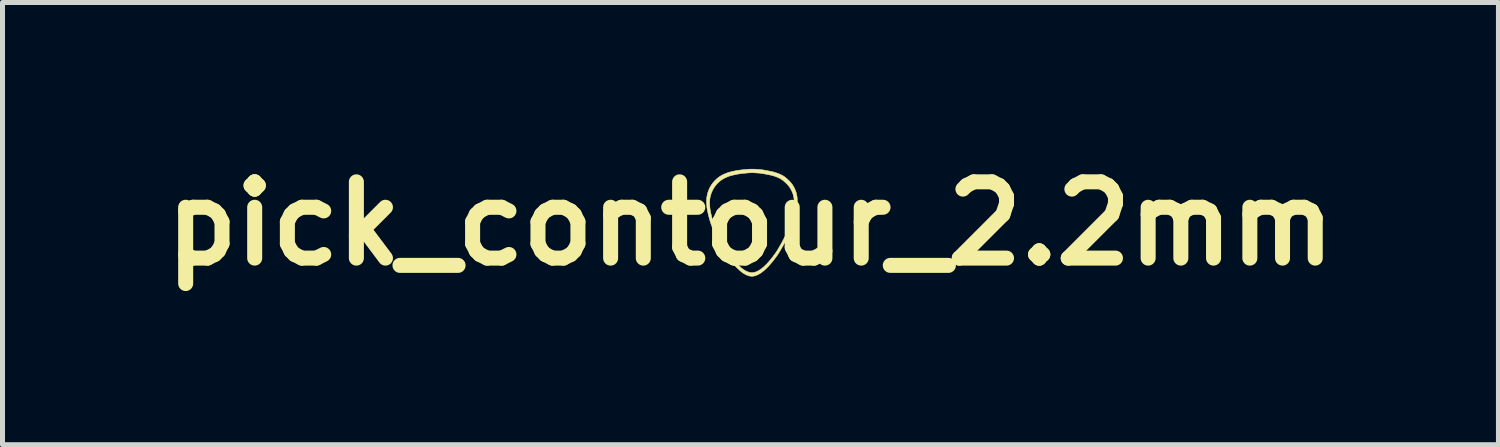
<source format=kicad_pcb>
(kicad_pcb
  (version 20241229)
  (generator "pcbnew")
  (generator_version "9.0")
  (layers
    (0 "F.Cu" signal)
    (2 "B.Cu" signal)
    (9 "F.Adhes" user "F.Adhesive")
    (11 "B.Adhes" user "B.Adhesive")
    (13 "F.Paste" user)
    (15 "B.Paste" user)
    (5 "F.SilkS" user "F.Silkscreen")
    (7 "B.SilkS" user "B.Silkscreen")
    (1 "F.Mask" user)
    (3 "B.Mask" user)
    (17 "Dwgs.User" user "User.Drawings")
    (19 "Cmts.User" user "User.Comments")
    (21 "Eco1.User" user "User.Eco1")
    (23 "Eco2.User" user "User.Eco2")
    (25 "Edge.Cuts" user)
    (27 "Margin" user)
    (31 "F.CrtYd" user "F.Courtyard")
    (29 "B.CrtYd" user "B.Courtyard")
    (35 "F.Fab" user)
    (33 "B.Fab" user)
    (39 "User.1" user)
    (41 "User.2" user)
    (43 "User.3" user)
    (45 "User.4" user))
  (footprint "pick_contour_2.2mm"
    (layer "F.Cu")
    (at 11.945 1.418)
    (property "Reference" "pick_contour_2.2mm" (at 0 0 0) (layer "F.SilkS") (effects (font (size 1.524 1.524) (thickness 0.3))))
    (attr through_hole)
    (fp_poly (pts (xy 0.097 -1.087) (xy 0.109 -1.086) (xy 0.121 -1.085) (xy 0.132 -1.085) (xy 0.143 -1.084) (xy 0.152 -1.083) (xy 0.162 -1.082) (xy 0.17 -1.082) (xy 0.179 -1.081) (xy 0.186 -1.08) (xy 0.193 -1.08) (xy 0.2 -1.079) (xy 0.206 -1.079) (xy 0.212 -1.078) (xy 0.218 -1.077) (xy 0.223 -1.077) (xy 0.227 -1.076) (xy 0.232 -1.076) (xy 0.233 -1.076) (xy 0.236 -1.075) (xy 0.24 -1.074) (xy 0.245 -1.074) (xy 0.251 -1.073) (xy 0.257 -1.072) (xy 0.263 -1.07) (xy 0.27 -1.069) (xy 0.278 -1.068) (xy 0.286 -1.067) (xy 0.294 -1.065) (xy 0.302 -1.063) (xy 0.311 -1.062) (xy 0.32 -1.06) (xy 0.323 -1.06) (xy 0.33 -1.058) (xy 0.338 -1.057) (xy 0.346 -1.055) (xy 0.354 -1.054) (xy 0.361 -1.052) (xy 0.369 -1.051) (xy 0.376 -1.049) (xy 0.383 -1.048) (xy 0.39 -1.047) (xy 0.397 -1.045) (xy 0.403 -1.044) (xy 0.408 -1.043) (xy 0.414 -1.042) (xy 0.418 -1.041) (xy 0.422 -1.04) (xy 0.426 -1.039) (xy 0.427 -1.039) (xy 0.451 -1.034) (xy 0.474 -1.027) (xy 0.498 -1.021) (xy 0.52 -1.013) (xy 0.543 -1.005) (xy 0.565 -0.997) (xy 0.583 -0.989) (xy 0.599 -0.982) (xy 0.613 -0.975) (xy 0.628 -0.968) (xy 0.641 -0.96) (xy 0.655 -0.953) (xy 0.664 -0.947) (xy 0.67 -0.943) (xy 0.676 -0.939) (xy 0.681 -0.935) (xy 0.687 -0.931) (xy 0.692 -0.927) (xy 0.698 -0.923) (xy 0.703 -0.918) (xy 0.709 -0.913) (xy 0.715 -0.908) (xy 0.722 -0.902) (xy 0.725 -0.899) (xy 0.728 -0.897) (xy 0.731 -0.894) (xy 0.734 -0.891) (xy 0.738 -0.888) (xy 0.741 -0.885) (xy 0.744 -0.882) (xy 0.745 -0.881) (xy 0.749 -0.878) (xy 0.753 -0.874) (xy 0.756 -0.872) (xy 0.759 -0.869) (xy 0.761 -0.867) (xy 0.764 -0.864) (xy 0.766 -0.862) (xy 0.769 -0.859) (xy 0.772 -0.856) (xy 0.773 -0.855) (xy 0.786 -0.842) (xy 0.799 -0.827) (xy 0.812 -0.813) (xy 0.824 -0.798) (xy 0.835 -0.782) (xy 0.846 -0.766) (xy 0.856 -0.749) (xy 0.866 -0.732) (xy 0.875 -0.714) (xy 0.877 -0.711) (xy 0.885 -0.693) (xy 0.893 -0.676) (xy 0.9 -0.658) (xy 0.907 -0.64) (xy 0.912 -0.622) (xy 0.918 -0.603) (xy 0.922 -0.585) (xy 0.926 -0.566) (xy 0.929 -0.552) (xy 0.93 -0.539) (xy 0.932 -0.526) (xy 0.934 -0.512) (xy 0.935 -0.498) (xy 0.936 -0.483) (xy 0.936 -0.469) (xy 0.936 -0.455) (xy 0.936 -0.441) (xy 0.936 -0.439) (xy 0.936 -0.437) (xy 0.936 -0.435) (xy 0.936 -0.433) (xy 0.936 -0.431) (xy 0.936 -0.43) (xy 0.936 -0.428) (xy 0.936 -0.426) (xy 0.936 -0.424) (xy 0.936 -0.421) (xy 0.936 -0.419) (xy 0.935 -0.416) (xy 0.935 -0.413) (xy 0.935 -0.41) (xy 0.935 -0.407) (xy 0.934 -0.403) (xy 0.934 -0.398) (xy 0.934 -0.393) (xy 0.933 -0.388) (xy 0.933 -0.382) (xy 0.932 -0.376) (xy 0.932 -0.368) (xy 0.931 -0.361) (xy 0.931 -0.352) (xy 0.931 -0.352) (xy 0.93 -0.342) (xy 0.929 -0.332) (xy 0.928 -0.323) (xy 0.927 -0.315) (xy 0.926 -0.307) (xy 0.926 -0.299) (xy 0.925 -0.291) (xy 0.924 -0.284) (xy 0.923 -0.277) (xy 0.922 -0.27) (xy 0.92 -0.262) (xy 0.919 -0.255) (xy 0.918 -0.248) (xy 0.916 -0.24) (xy 0.915 -0.232) (xy 0.912 -0.22) (xy 0.91 -0.209) (xy 0.907 -0.197) (xy 0.904 -0.185) (xy 0.901 -0.172) (xy 0.898 -0.159) (xy 0.895 -0.146) (xy 0.891 -0.133) (xy 0.887 -0.119) (xy 0.883 -0.104) (xy 0.879 -0.089) (xy 0.875 -0.074) (xy 0.873 -0.068) (xy 0.868 -0.051) (xy 0.863 -0.035) (xy 0.857 -0.018) (xy 0.852 -0.001) (xy 0.846 0.015) (xy 0.84 0.032) (xy 0.834 0.049) (xy 0.827 0.067) (xy 0.821 0.084) (xy 0.814 0.102) (xy 0.807 0.12) (xy 0.799 0.138) (xy 0.791 0.157) (xy 0.783 0.176) (xy 0.774 0.196) (xy 0.765 0.216) (xy 0.756 0.236) (xy 0.752 0.244) (xy 0.746 0.258) (xy 0.74 0.271) (xy 0.734 0.284) (xy 0.728 0.297) (xy 0.721 0.31) (xy 0.715 0.322) (xy 0.708 0.335) (xy 0.702 0.348) (xy 0.695 0.362) (xy 0.688 0.375) (xy 0.68 0.389) (xy 0.673 0.403) (xy 0.665 0.417) (xy 0.656 0.432) (xy 0.648 0.448) (xy 0.641 0.46) (xy 0.638 0.465) (xy 0.635 0.47) (xy 0.632 0.475) (xy 0.629 0.481) (xy 0.625 0.487) (xy 0.622 0.493) (xy 0.618 0.499) (xy 0.614 0.505) (xy 0.611 0.511) (xy 0.608 0.517) (xy 0.604 0.523) (xy 0.601 0.529) (xy 0.598 0.534) (xy 0.595 0.539) (xy 0.592 0.543) (xy 0.59 0.547) (xy 0.588 0.551) (xy 0.587 0.553) (xy 0.574 0.573) (xy 0.561 0.593) (xy 0.548 0.614) (xy 0.534 0.634) (xy 0.52 0.655) (xy 0.505 0.675) (xy 0.489 0.696) (xy 0.473 0.717) (xy 0.456 0.739) (xy 0.439 0.76) (xy 0.421 0.782) (xy 0.407 0.798) (xy 0.393 0.814) (xy 0.38 0.83) (xy 0.367 0.845) (xy 0.353 0.859) (xy 0.34 0.872) (xy 0.328 0.885) (xy 0.315 0.898) (xy 0.302 0.91) (xy 0.29 0.921) (xy 0.276 0.933) (xy 0.263 0.944) (xy 0.249 0.955) (xy 0.236 0.966) (xy 0.223 0.976) (xy 0.209 0.985) (xy 0.196 0.994) (xy 0.183 1.002) (xy 0.17 1.009) (xy 0.158 1.016) (xy 0.145 1.022) (xy 0.133 1.028) (xy 0.121 1.033) (xy 0.109 1.038) (xy 0.099 1.041) (xy 0.092 1.043) (xy 0.086 1.044) (xy 0.079 1.046) (xy 0.073 1.047) (xy 0.065 1.049) (xy 0.058 1.05) (xy 0.052 1.051) (xy 0.05 1.051) (xy 0.047 1.051) (xy 0.044 1.052) (xy 0.04 1.052) (xy 0.037 1.052) (xy 0.033 1.052) (xy 0.03 1.052) (xy 0.028 1.052) (xy 0.026 1.052) (xy 0.02 1.052) (xy 0.015 1.051) (xy 0.011 1.051) (xy 0.006 1.051) (xy 0.003 1.05) (xy -0.001 1.05) (xy -0.004 1.049) (xy -0.007 1.049) (xy -0.01 1.048) (xy -0.014 1.048) (xy -0.017 1.047) (xy -0.018 1.047) (xy -0.027 1.045) (xy -0.036 1.042) (xy -0.046 1.039) (xy -0.056 1.035) (xy -0.066 1.031) (xy -0.077 1.027) (xy -0.088 1.022) (xy -0.099 1.016) (xy -0.116 1.007) (xy -0.132 0.998) (xy -0.147 0.988) (xy -0.163 0.977) (xy -0.178 0.966) (xy -0.192 0.955) (xy -0.197 0.95) (xy -0.202 0.946) (xy -0.207 0.942) (xy -0.213 0.937) (xy -0.218 0.932) (xy -0.224 0.926) (xy -0.231 0.92) (xy -0.237 0.914) (xy -0.243 0.908) (xy -0.25 0.902) (xy -0.256 0.896) (xy -0.263 0.89) (xy -0.269 0.884) (xy -0.275 0.878) (xy -0.281 0.872) (xy -0.287 0.866) (xy -0.292 0.861) (xy -0.297 0.856) (xy -0.302 0.851) (xy -0.306 0.847) (xy -0.311 0.841) (xy -0.317 0.835) (xy -0.323 0.828) (xy -0.33 0.82) (xy -0.337 0.812) (xy -0.344 0.804) (xy -0.351 0.795) (xy -0.358 0.786) (xy -0.366 0.777) (xy -0.373 0.767) (xy -0.381 0.758) (xy -0.389 0.748) (xy -0.396 0.738) (xy -0.403 0.729) (xy -0.411 0.719) (xy -0.418 0.709) (xy -0.424 0.701) (xy -0.428 0.696) (xy -0.431 0.691) (xy -0.434 0.687) (xy -0.437 0.683) (xy -0.44 0.678) (xy -0.443 0.674) (xy -0.446 0.67) (xy -0.449 0.665) (xy -0.453 0.66) (xy -0.456 0.656) (xy -0.46 0.65) (xy -0.463 0.645) (xy -0.467 0.639) (xy -0.472 0.632) (xy -0.476 0.626) (xy -0.481 0.618) (xy -0.483 0.615) (xy -0.491 0.603) (xy -0.499 0.591) (xy -0.507 0.58) (xy -0.514 0.569) (xy -0.521 0.558) (xy -0.528 0.548) (xy -0.534 0.538) (xy -0.54 0.529) (xy -0.546 0.52) (xy -0.551 0.511) (xy -0.557 0.502) (xy -0.562 0.493) (xy -0.567 0.485) (xy -0.572 0.477) (xy -0.577 0.468) (xy -0.581 0.46) (xy -0.586 0.452) (xy -0.591 0.443) (xy -0.595 0.435) (xy -0.6 0.426) (xy -0.605 0.418) (xy -0.609 0.408) (xy -0.614 0.399) (xy -0.619 0.39) (xy -0.624 0.38) (xy -0.63 0.369) (xy -0.635 0.359) (xy -0.637 0.354) (xy -0.642 0.345) (xy -0.647 0.335) (xy -0.652 0.324) (xy -0.657 0.314) (xy -0.662 0.303) (xy -0.667 0.292) (xy -0.673 0.282) (xy -0.678 0.271) (xy -0.683 0.26) (xy -0.688 0.249) (xy -0.693 0.239) (xy -0.698 0.228) (xy -0.702 0.218) (xy -0.707 0.209) (xy -0.711 0.199) (xy -0.715 0.19) (xy -0.719 0.182) (xy -0.722 0.174) (xy -0.723 0.173) (xy -0.736 0.142) (xy -0.749 0.112) (xy -0.761 0.081) (xy -0.772 0.051) (xy -0.783 0.021) (xy -0.793 -0.009) (xy -0.803 -0.039) (xy -0.812 -0.069) (xy -0.821 -0.1) (xy -0.829 -0.13) (xy -0.837 -0.161) (xy -0.844 -0.192) (xy -0.851 -0.223) (xy -0.856 -0.247) (xy -0.858 -0.257) (xy -0.86 -0.266) (xy -0.862 -0.275) (xy -0.863 -0.283) (xy -0.864 -0.291) (xy -0.866 -0.298) (xy -0.867 -0.305) (xy -0.868 -0.311) (xy -0.869 -0.317) (xy -0.869 -0.322) (xy -0.87 -0.328) (xy -0.871 -0.333) (xy -0.871 -0.338) (xy -0.871 -0.343) (xy -0.872 -0.347) (xy -0.872 -0.352) (xy -0.872 -0.353) (xy -0.873 -0.363) (xy -0.873 -0.372) (xy -0.874 -0.38) (xy -0.874 -0.388) (xy -0.875 -0.395) (xy -0.875 -0.401) (xy -0.876 -0.406) (xy -0.876 -0.41) (xy -0.878 -0.418) (xy -0.878 -0.448) (xy -0.878 -0.449) (xy -0.816 -0.449) (xy -0.816 -0.389) (xy -0.815 -0.381) (xy -0.815 -0.377) (xy -0.814 -0.373) (xy -0.814 -0.368) (xy -0.813 -0.362) (xy -0.813 -0.356) (xy -0.812 -0.349) (xy -0.812 -0.341) (xy -0.811 -0.333) (xy -0.811 -0.33) (xy -0.811 -0.326) (xy -0.811 -0.322) (xy -0.81 -0.317) (xy -0.81 -0.313) (xy -0.81 -0.309) (xy -0.809 -0.305) (xy -0.809 -0.3) (xy -0.808 -0.296) (xy -0.807 -0.291) (xy -0.806 -0.285) (xy -0.805 -0.28) (xy -0.804 -0.274) (xy -0.803 -0.267) (xy -0.802 -0.26) (xy -0.8 -0.252) (xy -0.8 -0.251) (xy -0.794 -0.221) (xy -0.788 -0.191) (xy -0.781 -0.162) (xy -0.774 -0.133) (xy -0.766 -0.104) (xy -0.758 -0.076) (xy -0.75 -0.047) (xy -0.741 -0.019) (xy -0.731 0.009) (xy -0.721 0.038) (xy -0.711 0.066) (xy -0.7 0.095) (xy -0.688 0.123) (xy -0.676 0.152) (xy -0.674 0.155) (xy -0.671 0.163) (xy -0.667 0.171) (xy -0.663 0.18) (xy -0.659 0.189) (xy -0.655 0.199) (xy -0.65 0.209) (xy -0.645 0.22) (xy -0.644 0.222) (xy -0.642 0.226) (xy -0.641 0.229) (xy -0.639 0.232) (xy -0.637 0.235) (xy -0.636 0.238) (xy -0.635 0.241) (xy -0.634 0.243) (xy -0.634 0.243) (xy -0.63 0.252) (xy -0.626 0.26) (xy -0.621 0.269) (xy -0.617 0.279) (xy -0.612 0.288) (xy -0.608 0.297) (xy -0.603 0.307) (xy -0.599 0.316) (xy -0.594 0.326) (xy -0.59 0.334) (xy -0.585 0.343) (xy -0.581 0.351) (xy -0.578 0.358) (xy -0.573 0.367) (xy -0.568 0.376) (xy -0.564 0.384) (xy -0.56 0.392) (xy -0.555 0.4) (xy -0.551 0.408) (xy -0.547 0.416) (xy -0.543 0.423) (xy -0.539 0.43) (xy -0.534 0.438) (xy -0.53 0.445) (xy -0.526 0.453) (xy -0.521 0.46) (xy -0.516 0.468) (xy -0.512 0.476) (xy -0.507 0.484) (xy -0.501 0.492) (xy -0.496 0.501) (xy -0.49 0.51) (xy -0.484 0.519) (xy -0.478 0.529) (xy -0.471 0.539) (xy -0.464 0.549) (xy -0.457 0.561) (xy -0.45 0.571) (xy -0.445 0.578) (xy -0.44 0.586) (xy -0.435 0.593) (xy -0.431 0.599) (xy -0.427 0.605) (xy -0.423 0.611) (xy -0.419 0.616) (xy -0.416 0.621) (xy -0.412 0.626) (xy -0.409 0.631) (xy -0.406 0.635) (xy -0.403 0.64) (xy -0.399 0.644) (xy -0.396 0.649) (xy -0.393 0.654) (xy -0.389 0.659) (xy -0.386 0.662) (xy -0.379 0.672) (xy -0.372 0.681) (xy -0.365 0.691) (xy -0.357 0.701) (xy -0.349 0.71) (xy -0.342 0.72) (xy -0.334 0.729) (xy -0.326 0.739) (xy -0.319 0.748) (xy -0.312 0.756) (xy -0.305 0.765) (xy -0.298 0.772) (xy -0.296 0.775) (xy -0.292 0.779) (xy -0.288 0.783) (xy -0.284 0.788) (xy -0.279 0.793) (xy -0.273 0.798) (xy -0.268 0.804) (xy -0.262 0.81) (xy -0.256 0.816) (xy -0.25 0.822) (xy -0.243 0.828) (xy -0.237 0.835) (xy -0.23 0.841) (xy -0.224 0.847) (xy -0.217 0.853) (xy -0.211 0.859) (xy -0.205 0.864) (xy -0.199 0.87) (xy -0.193 0.875) (xy -0.188 0.88) (xy -0.183 0.884) (xy -0.182 0.885) (xy -0.168 0.896) (xy -0.154 0.907) (xy -0.139 0.918) (xy -0.123 0.928) (xy -0.108 0.937) (xy -0.092 0.946) (xy -0.088 0.948) (xy -0.079 0.952) (xy -0.07 0.956) (xy -0.062 0.96) (xy -0.055 0.963) (xy -0.047 0.965) (xy -0.04 0.968) (xy -0.033 0.97) (xy -0.026 0.972) (xy -0.019 0.974) (xy -0.016 0.975) (xy -0.012 0.975) (xy -0.009 0.976) (xy -0.005 0.977) (xy -0.001 0.977) (xy 0.004 0.978) (xy 0.009 0.978) (xy 0.014 0.979) (xy 0.02 0.979) (xy 0.026 0.98) (xy 0.027 0.98) (xy 0.029 0.98) (xy 0.031 0.98) (xy 0.034 0.98) (xy 0.037 0.98) (xy 0.039 0.98) (xy 0.042 0.98) (xy 0.044 0.979) (xy 0.045 0.979) (xy 0.051 0.979) (xy 0.058 0.978) (xy 0.065 0.976) (xy 0.073 0.975) (xy 0.08 0.973) (xy 0.087 0.971) (xy 0.094 0.97) (xy 0.097 0.969) (xy 0.107 0.965) (xy 0.118 0.961) (xy 0.129 0.956) (xy 0.141 0.95) (xy 0.152 0.945) (xy 0.164 0.938) (xy 0.176 0.931) (xy 0.187 0.924) (xy 0.199 0.916) (xy 0.202 0.914) (xy 0.216 0.904) (xy 0.229 0.894) (xy 0.243 0.883) (xy 0.256 0.872) (xy 0.27 0.86) (xy 0.284 0.847) (xy 0.297 0.834) (xy 0.311 0.821) (xy 0.325 0.807) (xy 0.339 0.792) (xy 0.353 0.776) (xy 0.364 0.764) (xy 0.378 0.747) (xy 0.393 0.73) (xy 0.408 0.712) (xy 0.422 0.694) (xy 0.436 0.677) (xy 0.45 0.659) (xy 0.463 0.641) (xy 0.476 0.623) (xy 0.489 0.606) (xy 0.501 0.589) (xy 0.511 0.574) (xy 0.514 0.569) (xy 0.517 0.564) (xy 0.521 0.56) (xy 0.524 0.555) (xy 0.527 0.55) (xy 0.53 0.546) (xy 0.533 0.541) (xy 0.536 0.536) (xy 0.539 0.531) (xy 0.542 0.526) (xy 0.545 0.52) (xy 0.549 0.514) (xy 0.553 0.508) (xy 0.556 0.502) (xy 0.56 0.495) (xy 0.565 0.488) (xy 0.569 0.48) (xy 0.574 0.472) (xy 0.579 0.463) (xy 0.584 0.454) (xy 0.597 0.432) (xy 0.609 0.411) (xy 0.621 0.39) (xy 0.632 0.37) (xy 0.642 0.35) (xy 0.652 0.331) (xy 0.662 0.312) (xy 0.671 0.294) (xy 0.68 0.276) (xy 0.689 0.259) (xy 0.696 0.242) (xy 0.697 0.241) (xy 0.707 0.218) (xy 0.718 0.195) (xy 0.728 0.173) (xy 0.737 0.151) (xy 0.746 0.13) (xy 0.754 0.11) (xy 0.762 0.09) (xy 0.77 0.07) (xy 0.777 0.051) (xy 0.778 0.049) (xy 0.783 0.037) (xy 0.787 0.024) (xy 0.791 0.012) (xy 0.795 -0.000099) (xy 0.8 -0.012) (xy 0.804 -0.025) (xy 0.808 -0.038) (xy 0.812 -0.051) (xy 0.816 -0.064) (xy 0.82 -0.078) (xy 0.824 -0.093) (xy 0.829 -0.111) (xy 0.834 -0.129) (xy 0.839 -0.146) (xy 0.843 -0.163) (xy 0.847 -0.179) (xy 0.85 -0.195) (xy 0.853 -0.21) (xy 0.856 -0.225) (xy 0.859 -0.239) (xy 0.861 -0.252) (xy 0.863 -0.263) (xy 0.864 -0.27) (xy 0.864 -0.276) (xy 0.865 -0.281) (xy 0.866 -0.287) (xy 0.866 -0.292) (xy 0.867 -0.298) (xy 0.868 -0.305) (xy 0.868 -0.311) (xy 0.869 -0.318) (xy 0.869 -0.319) (xy 0.869 -0.324) (xy 0.87 -0.328) (xy 0.87 -0.333) (xy 0.87 -0.338) (xy 0.871 -0.343) (xy 0.871 -0.348) (xy 0.871 -0.352) (xy 0.872 -0.359) (xy 0.873 -0.366) (xy 0.873 -0.372) (xy 0.873 -0.378) (xy 0.874 -0.383) (xy 0.874 -0.388) (xy 0.874 -0.392) (xy 0.875 -0.396) (xy 0.875 -0.4) (xy 0.875 -0.404) (xy 0.875 -0.407) (xy 0.875 -0.41) (xy 0.875 -0.414) (xy 0.875 -0.417) (xy 0.875 -0.42) (xy 0.875 -0.424) (xy 0.875 -0.426) (xy 0.875 -0.439) (xy 0.874 -0.452) (xy 0.874 -0.464) (xy 0.873 -0.475) (xy 0.872 -0.486) (xy 0.87 -0.497) (xy 0.869 -0.508) (xy 0.867 -0.519) (xy 0.865 -0.53) (xy 0.864 -0.538) (xy 0.859 -0.556) (xy 0.855 -0.574) (xy 0.849 -0.592) (xy 0.843 -0.61) (xy 0.836 -0.627) (xy 0.829 -0.644) (xy 0.821 -0.661) (xy 0.812 -0.678) (xy 0.803 -0.695) (xy 0.793 -0.711) (xy 0.783 -0.726) (xy 0.772 -0.741) (xy 0.761 -0.756) (xy 0.75 -0.769) (xy 0.746 -0.774) (xy 0.742 -0.778) (xy 0.738 -0.782) (xy 0.734 -0.787) (xy 0.73 -0.791) (xy 0.725 -0.796) (xy 0.722 -0.799) (xy 0.719 -0.802) (xy 0.717 -0.804) (xy 0.714 -0.807) (xy 0.711 -0.809) (xy 0.709 -0.812) (xy 0.706 -0.814) (xy 0.703 -0.817) (xy 0.699 -0.82) (xy 0.697 -0.822) (xy 0.695 -0.824) (xy 0.692 -0.827) (xy 0.689 -0.829) (xy 0.686 -0.832) (xy 0.683 -0.835) (xy 0.68 -0.837) (xy 0.679 -0.839) (xy 0.676 -0.841) (xy 0.673 -0.843) (xy 0.671 -0.846) (xy 0.668 -0.848) (xy 0.666 -0.85) (xy 0.664 -0.851) (xy 0.663 -0.852) (xy 0.651 -0.862) (xy 0.639 -0.871) (xy 0.626 -0.88) (xy 0.612 -0.889) (xy 0.598 -0.898) (xy 0.583 -0.906) (xy 0.568 -0.913) (xy 0.555 -0.919) (xy 0.536 -0.927) (xy 0.517 -0.935) (xy 0.497 -0.942) (xy 0.477 -0.949) (xy 0.457 -0.955) (xy 0.436 -0.961) (xy 0.415 -0.966) (xy 0.402 -0.97) (xy 0.398 -0.97) (xy 0.394 -0.971) (xy 0.39 -0.972) (xy 0.385 -0.973) (xy 0.379 -0.974) (xy 0.373 -0.975) (xy 0.367 -0.977) (xy 0.36 -0.978) (xy 0.353 -0.979) (xy 0.345 -0.981) (xy 0.338 -0.982) (xy 0.33 -0.984) (xy 0.322 -0.985) (xy 0.315 -0.987) (xy 0.307 -0.988) (xy 0.299 -0.99) (xy 0.292 -0.991) (xy 0.284 -0.993) (xy 0.277 -0.994) (xy 0.27 -0.995) (xy 0.269 -0.995) (xy 0.262 -0.997) (xy 0.255 -0.998) (xy 0.248 -0.999) (xy 0.243 -1) (xy 0.237 -1.001) (xy 0.232 -1.002) (xy 0.228 -1.002) (xy 0.223 -1.003) (xy 0.219 -1.004) (xy 0.215 -1.004) (xy 0.211 -1.005) (xy 0.207 -1.005) (xy 0.204 -1.006) (xy 0.199 -1.006) (xy 0.195 -1.007) (xy 0.192 -1.007) (xy 0.19 -1.007) (xy 0.186 -1.008) (xy 0.182 -1.008) (xy 0.177 -1.008) (xy 0.172 -1.009) (xy 0.167 -1.009) (xy 0.161 -1.01) (xy 0.156 -1.01) (xy 0.15 -1.01) (xy 0.143 -1.011) (xy 0.137 -1.011) (xy 0.131 -1.012) (xy 0.126 -1.012) (xy 0.12 -1.013) (xy 0.115 -1.013) (xy 0.11 -1.013) (xy 0.108 -1.013) (xy 0.105 -1.014) (xy 0.101 -1.014) (xy 0.097 -1.014) (xy 0.093 -1.014) (xy 0.089 -1.015) (xy 0.085 -1.015) (xy 0.085 -1.015) (xy 0.083 -1.015) (xy 0.081 -1.015) (xy 0.079 -1.015) (xy 0.078 -1.015) (xy 0.076 -1.016) (xy 0.074 -1.016) (xy 0.072 -1.016) (xy 0.07 -1.016) (xy 0.067 -1.016) (xy 0.065 -1.016) (xy 0.062 -1.016) (xy 0.058 -1.016) (xy 0.054 -1.016) (xy 0.05 -1.016) (xy 0.045 -1.016) (xy 0.039 -1.016) (xy 0.035 -1.016) (xy 0.028 -1.016) (xy 0.023 -1.016) (xy 0.017 -1.016) (xy 0.013 -1.016) (xy 0.009 -1.016) (xy 0.005 -1.016) (xy 0.001 -1.016) (xy -0.002 -1.016) (xy -0.005 -1.015) (xy -0.008 -1.015) (xy -0.011 -1.015) (xy -0.014 -1.015) (xy -0.018 -1.015) (xy -0.021 -1.015) (xy -0.025 -1.014) (xy -0.029 -1.014) (xy -0.033 -1.014) (xy -0.038 -1.013) (xy -0.044 -1.013) (xy -0.044 -1.013) (xy -0.053 -1.012) (xy -0.061 -1.012) (xy -0.069 -1.011) (xy -0.076 -1.01) (xy -0.082 -1.01) (xy -0.088 -1.009) (xy -0.094 -1.009) (xy -0.1 -1.008) (xy -0.105 -1.008) (xy -0.109 -1.007) (xy -0.114 -1.007) (xy -0.119 -1.007) (xy -0.123 -1.006) (xy -0.127 -1.006) (xy -0.132 -1.005) (xy -0.136 -1.005) (xy -0.14 -1.004) (xy -0.145 -1.004) (xy -0.147 -1.004) (xy -0.159 -1.002) (xy -0.171 -1.001) (xy -0.182 -1) (xy -0.193 -0.998) (xy -0.204 -0.997) (xy -0.214 -0.995) (xy -0.223 -0.994) (xy -0.232 -0.993) (xy -0.241 -0.991) (xy -0.25 -0.99) (xy -0.259 -0.988) (xy -0.268 -0.987) (xy -0.277 -0.985) (xy -0.285 -0.983) (xy -0.294 -0.981) (xy -0.304 -0.979) (xy -0.313 -0.977) (xy -0.323 -0.975) (xy -0.33 -0.973) (xy -0.333 -0.973) (xy -0.337 -0.972) (xy -0.34 -0.971) (xy -0.343 -0.97) (xy -0.346 -0.97) (xy -0.348 -0.969) (xy -0.349 -0.969) (xy -0.359 -0.967) (xy -0.369 -0.964) (xy -0.378 -0.962) (xy -0.387 -0.96) (xy -0.395 -0.958) (xy -0.403 -0.955) (xy -0.41 -0.953) (xy -0.417 -0.951) (xy -0.421 -0.949) (xy -0.438 -0.943) (xy -0.454 -0.937) (xy -0.47 -0.93) (xy -0.485 -0.924) (xy -0.5 -0.917) (xy -0.514 -0.91) (xy -0.527 -0.903) (xy -0.54 -0.896) (xy -0.553 -0.889) (xy -0.566 -0.881) (xy -0.578 -0.873) (xy -0.582 -0.87) (xy -0.593 -0.862) (xy -0.604 -0.853) (xy -0.616 -0.844) (xy -0.627 -0.834) (xy -0.638 -0.824) (xy -0.649 -0.813) (xy -0.66 -0.802) (xy -0.671 -0.791) (xy -0.681 -0.78) (xy -0.689 -0.77) (xy -0.701 -0.755) (xy -0.713 -0.739) (xy -0.724 -0.722) (xy -0.735 -0.706) (xy -0.745 -0.689) (xy -0.754 -0.671) (xy -0.763 -0.653) (xy -0.771 -0.635) (xy -0.779 -0.617) (xy -0.785 -0.598) (xy -0.792 -0.579) (xy -0.795 -0.569) (xy -0.799 -0.552) (xy -0.803 -0.535) (xy -0.807 -0.519) (xy -0.809 -0.503) (xy -0.812 -0.487) (xy -0.813 -0.473) (xy -0.813 -0.469) (xy -0.814 -0.466) (xy -0.814 -0.464) (xy -0.814 -0.462) (xy -0.814 -0.46) (xy -0.814 -0.459) (xy -0.815 -0.457) (xy -0.815 -0.456) (xy -0.815 -0.455) (xy -0.815 -0.454) (xy -0.816 -0.449) (xy -0.878 -0.449) (xy -0.878 -0.479) (xy -0.877 -0.483) (xy -0.876 -0.486) (xy -0.876 -0.488) (xy -0.876 -0.489) (xy -0.875 -0.491) (xy -0.875 -0.493) (xy -0.875 -0.494) (xy -0.875 -0.497) (xy -0.875 -0.499) (xy -0.874 -0.502) (xy -0.874 -0.503) (xy -0.873 -0.52) (xy -0.87 -0.537) (xy -0.867 -0.554) (xy -0.864 -0.571) (xy -0.86 -0.588) (xy -0.856 -0.605) (xy -0.851 -0.622) (xy -0.846 -0.635) (xy -0.839 -0.654) (xy -0.832 -0.674) (xy -0.824 -0.693) (xy -0.815 -0.711) (xy -0.806 -0.729) (xy -0.795 -0.747) (xy -0.785 -0.765) (xy -0.773 -0.782) (xy -0.761 -0.799) (xy -0.749 -0.815) (xy -0.736 -0.831) (xy -0.722 -0.847) (xy -0.707 -0.862) (xy -0.692 -0.877) (xy -0.677 -0.891) (xy -0.666 -0.901) (xy -0.654 -0.911) (xy -0.641 -0.921) (xy -0.629 -0.93) (xy -0.616 -0.939) (xy -0.602 -0.948) (xy -0.589 -0.956) (xy -0.574 -0.964) (xy -0.56 -0.972) (xy -0.544 -0.98) (xy -0.529 -0.987) (xy -0.512 -0.994) (xy -0.495 -1.001) (xy -0.477 -1.008) (xy -0.459 -1.015) (xy -0.456 -1.016) (xy -0.451 -1.018) (xy -0.446 -1.02) (xy -0.44 -1.022) (xy -0.435 -1.023) (xy -0.43 -1.025) (xy -0.424 -1.026) (xy -0.418 -1.028) (xy -0.412 -1.03) (xy -0.406 -1.031) (xy -0.399 -1.033) (xy -0.391 -1.035) (xy -0.383 -1.037) (xy -0.382 -1.037) (xy -0.378 -1.038) (xy -0.374 -1.039) (xy -0.369 -1.04) (xy -0.364 -1.041) (xy -0.359 -1.042) (xy -0.355 -1.043) (xy -0.352 -1.044) (xy -0.34 -1.047) (xy -0.328 -1.049) (xy -0.317 -1.052) (xy -0.306 -1.054) (xy -0.296 -1.056) (xy -0.285 -1.058) (xy -0.275 -1.06) (xy -0.265 -1.062) (xy -0.254 -1.063) (xy -0.243 -1.065) (xy -0.233 -1.066) (xy -0.226 -1.067) (xy -0.219 -1.068) (xy -0.212 -1.069) (xy -0.204 -1.07) (xy -0.196 -1.071) (xy -0.187 -1.072) (xy -0.179 -1.073) (xy -0.17 -1.074) (xy -0.161 -1.075) (xy -0.153 -1.076) (xy -0.145 -1.077) (xy -0.137 -1.078) (xy -0.13 -1.078) (xy -0.123 -1.079) (xy -0.121 -1.079) (xy -0.116 -1.08) (xy -0.111 -1.08) (xy -0.106 -1.081) (xy -0.101 -1.081) (xy -0.095 -1.082) (xy -0.089 -1.082) (xy -0.083 -1.083) (xy -0.076 -1.083) (xy -0.07 -1.084) (xy -0.064 -1.084) (xy -0.058 -1.085) (xy -0.052 -1.085) (xy -0.046 -1.085) (xy -0.04 -1.086) (xy -0.035 -1.086) (xy -0.03 -1.087) (xy -0.026 -1.087) (xy -0.022 -1.087) (xy -0.018 -1.088) (xy -0.015 -1.088) (xy -0.013 -1.088) (xy -0.012 -1.088) (xy -0.011 -1.088) (xy -0.008 -1.088) (xy -0.005 -1.088) (xy -0.002 -1.088) (xy 0.002 -1.088) (xy 0.007 -1.088) (xy 0.012 -1.088) (xy 0.018 -1.088) (xy 0.023 -1.088) (xy 0.03 -1.088) (xy 0.036 -1.088) (xy 0.076 -1.088) (xy 0.097 -1.087)) (stroke (width 0.01) (type solid)) (fill yes) (layer "F.SilkS")))
  (gr_rect
    (start -3 -3)
    (end 26.891 5.836)
    (stroke (width 0.1) (type default))
    (fill no)
    (layer "Edge.Cuts")))
</source>
